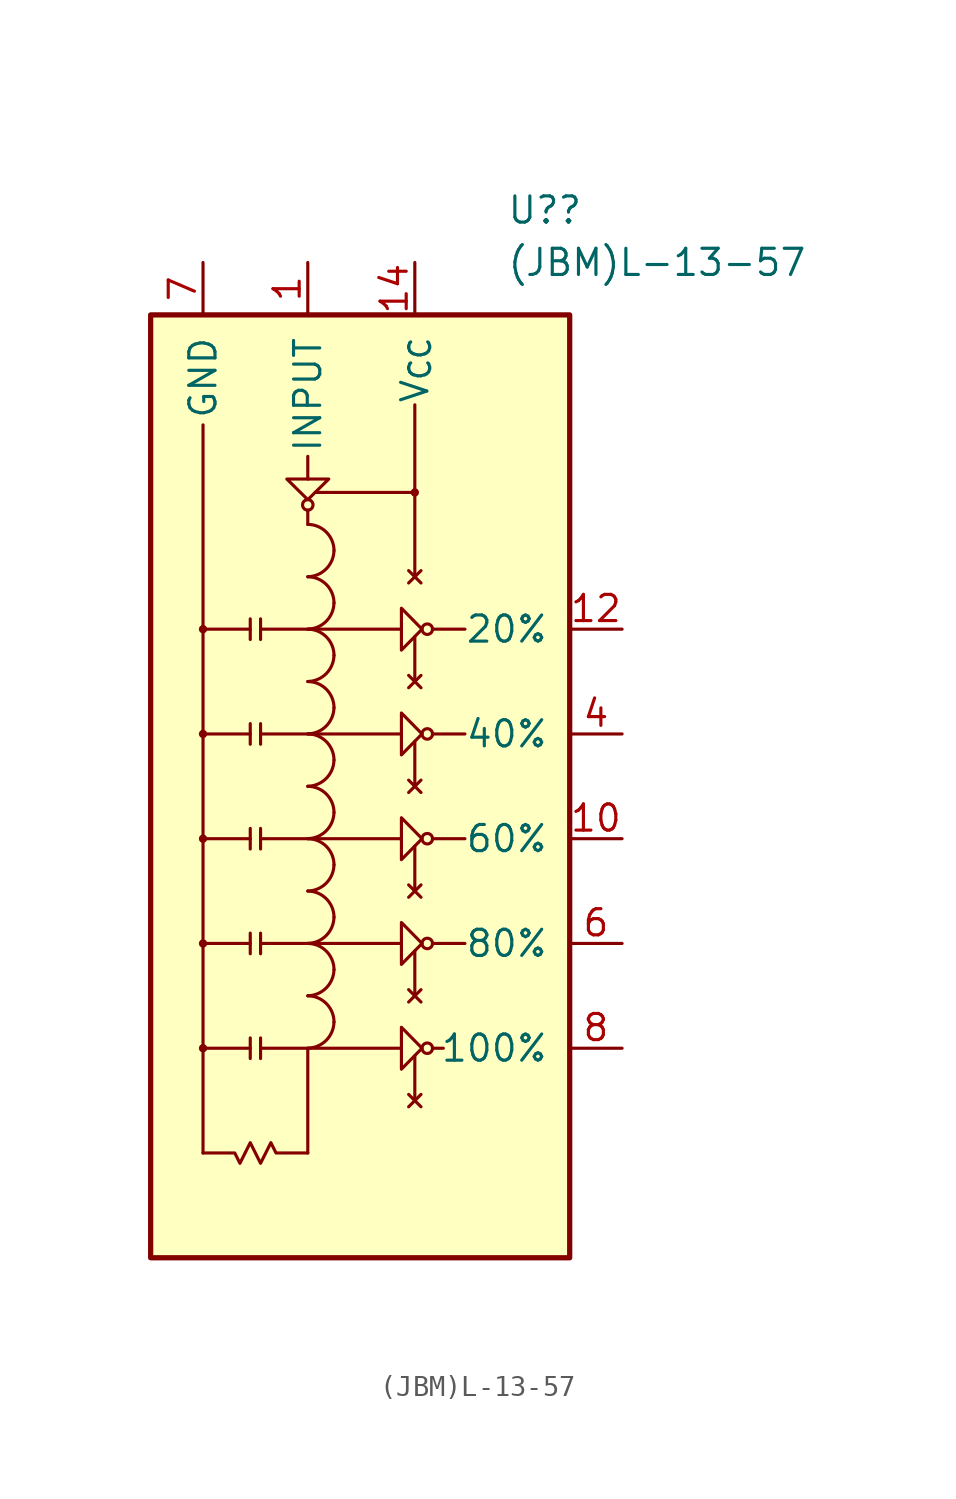
<source format=kicad_sym>
(kicad_symbol_lib
  (version 20211014)
  (generator kicad_symbol_editor)
  (symbol "(JBM)L-13-57"
    (pin_names
      (offset 1.016))
    (property "Reference" "U?"
      (at 7.099 27.94 0)
      (effects (font (size 1.27 1.27)) (justify left)))
    (property "Value" "(JBM)L-13-57"
      (at 7.099 25.4 0)
      (effects (font (size 1.27 1.27)) (justify left)))
    (symbol "(JBM)L-13-57_0_1"
      (rectangle (start -10.16 22.86) (end 10.16 -22.86) (stroke (width 0.254) (type default) (color 0 0 0 0)) (fill (type background)))
      (circle (center -7.62 -12.7) (radius 0.127) (stroke (width 0) (type default) (color 0 0 0 0)) (fill (type none)))
      (circle (center -7.62 -7.62) (radius 0.127) (stroke (width 0) (type default) (color 0 0 0 0)) (fill (type none)))
      (circle (center -7.62 -2.54) (radius 0.127) (stroke (width 0) (type default) (color 0 0 0 0)) (fill (type none)))
      (circle (center -7.62 2.54) (radius 0.127) (stroke (width 0) (type default) (color 0 0 0 0)) (fill (type none)))
      (circle (center -7.62 7.62) (radius 0.127) (stroke (width 0) (type default) (color 0 0 0 0)) (fill (type none)))
      (arc (start -2.54 -12.7) (mid -1.6561 -12.328) (end -1.27 -11.43) (stroke (width 0) (type default) (color 0 0 0 0)) (fill (type none)))
      (arc (start -2.54 -10.16) (mid -1.6561 -9.788) (end -1.27 -8.89) (stroke (width 0) (type default) (color 0 0 0 0)) (fill (type none)))
      (arc (start -2.54 -7.62) (mid -1.6561 -7.248) (end -1.27 -6.35) (stroke (width 0) (type default) (color 0 0 0 0)) (fill (type none)))
      (arc (start -2.54 -5.08) (mid -1.6561 -4.708) (end -1.27 -3.81) (stroke (width 0) (type default) (color 0 0 0 0)) (fill (type none)))
      (arc (start -2.54 -2.54) (mid -1.6561 -2.168) (end -1.27 -1.27) (stroke (width 0) (type default) (color 0 0 0 0)) (fill (type none)))
      (arc (start -2.54 0) (mid -1.6561 0.372) (end -1.27 1.27) (stroke (width 0) (type default) (color 0 0 0 0)) (fill (type none)))
      (arc (start -2.54 2.54) (mid -1.6561 2.912) (end -1.27 3.81) (stroke (width 0) (type default) (color 0 0 0 0)) (fill (type none)))
      (arc (start -2.54 5.08) (mid -1.6561 5.452) (end -1.27 6.35) (stroke (width 0) (type default) (color 0 0 0 0)) (fill (type none)))
      (arc (start -2.54 7.62) (mid -1.6561 7.992) (end -1.27 8.89) (stroke (width 0) (type default) (color 0 0 0 0)) (fill (type none)))
      (arc (start -2.54 10.16) (mid -1.6561 10.532) (end -1.27 11.43) (stroke (width 0) (type default) (color 0 0 0 0)) (fill (type none)))
      (circle (center -2.54 13.646) (radius 0.254) (stroke (width 0) (type default) (color 0 0 0 0)) (fill (type none)))
      (arc (start -1.27 -11.43) (mid -1.642 -10.532) (end -2.54 -10.16) (stroke (width 0) (type default) (color 0 0 0 0)) (fill (type none)))
      (arc (start -1.27 -8.89) (mid -1.642 -7.992) (end -2.54 -7.62) (stroke (width 0) (type default) (color 0 0 0 0)) (fill (type none)))
      (arc (start -1.27 -6.35) (mid -1.642 -5.452) (end -2.54 -5.08) (stroke (width 0) (type default) (color 0 0 0 0)) (fill (type none)))
      (arc (start -1.27 -3.81) (mid -1.642 -2.912) (end -2.54 -2.54) (stroke (width 0) (type default) (color 0 0 0 0)) (fill (type none)))
      (arc (start -1.27 -1.27) (mid -1.642 -0.372) (end -2.54 0) (stroke (width 0) (type default) (color 0 0 0 0)) (fill (type none)))
      (arc (start -1.27 1.27) (mid -1.642 2.168) (end -2.54 2.54) (stroke (width 0) (type default) (color 0 0 0 0)) (fill (type none)))
      (arc (start -1.27 3.81) (mid -1.642 4.708) (end -2.54 5.08) (stroke (width 0) (type default) (color 0 0 0 0)) (fill (type none)))
      (arc (start -1.27 6.35) (mid -1.642 7.248) (end -2.54 7.62) (stroke (width 0) (type default) (color 0 0 0 0)) (fill (type none)))
      (arc (start -1.27 8.89) (mid -1.642 9.788) (end -2.54 10.16) (stroke (width 0) (type default) (color 0 0 0 0)) (fill (type none)))
      (arc (start -1.27 11.43) (mid -1.642 12.328) (end -2.54 12.7) (stroke (width 0) (type default) (color 0 0 0 0)) (fill (type none)))
      (polyline (pts (xy -7.62 -12.7) (xy -5.33 -12.7)) (stroke (width 0) (type default) (color 0 0 0 0)) (fill (type none)))
      (polyline (pts (xy -7.62 -7.62) (xy -5.33 -7.62)) (stroke (width 0) (type default) (color 0 0 0 0)) (fill (type none)))
      (polyline (pts (xy -7.62 -2.54) (xy -5.33 -2.54)) (stroke (width 0) (type default) (color 0 0 0 0)) (fill (type none)))
      (polyline (pts (xy -7.62 2.54) (xy -5.33 2.54)) (stroke (width 0) (type default) (color 0 0 0 0)) (fill (type none)))
      (polyline (pts (xy -7.62 7.62) (xy -5.33 7.62)) (stroke (width 0) (type default) (color 0 0 0 0)) (fill (type none)))
      (polyline (pts (xy -7.62 17.526) (xy -7.62 -17.78)) (stroke (width 0) (type default) (color 0 0 0 0)) (fill (type none)))
      (polyline (pts (xy -5.33 -13.2) (xy -5.33 -12.2)) (stroke (width 0) (type default) (color 0 0 0 0)) (fill (type none)))
      (polyline (pts (xy -5.33 -8.12) (xy -5.33 -7.12)) (stroke (width 0) (type default) (color 0 0 0 0)) (fill (type none)))
      (polyline (pts (xy -5.33 -3.04) (xy -5.33 -2.04)) (stroke (width 0) (type default) (color 0 0 0 0)) (fill (type none)))
      (polyline (pts (xy -5.33 3.04) (xy -5.33 2.04)) (stroke (width 0) (type default) (color 0 0 0 0)) (fill (type none)))
      (polyline (pts (xy -5.33 8.12) (xy -5.33 7.12)) (stroke (width 0) (type default) (color 0 0 0 0)) (fill (type none)))
      (polyline (pts (xy -4.83 -13.2) (xy -4.83 -12.2)) (stroke (width 0) (type default) (color 0 0 0 0)) (fill (type none)))
      (polyline (pts (xy -4.83 -12.7) (xy 2 -12.7)) (stroke (width 0) (type default) (color 0 0 0 0)) (fill (type none)))
      (polyline (pts (xy -4.83 -8.12) (xy -4.83 -7.12)) (stroke (width 0) (type default) (color 0 0 0 0)) (fill (type none)))
      (polyline (pts (xy -4.83 -7.62) (xy 2 -7.62)) (stroke (width 0) (type default) (color 0 0 0 0)) (fill (type none)))
      (polyline (pts (xy -4.83 -3.04) (xy -4.83 -2.04)) (stroke (width 0) (type default) (color 0 0 0 0)) (fill (type none)))
      (polyline (pts (xy -4.83 -2.54) (xy 2 -2.54)) (stroke (width 0) (type default) (color 0 0 0 0)) (fill (type none)))
      (polyline (pts (xy -4.83 2.54) (xy 2 2.54)) (stroke (width 0) (type default) (color 0 0 0 0)) (fill (type none)))
      (polyline (pts (xy -4.83 3.04) (xy -4.83 2.04)) (stroke (width 0) (type default) (color 0 0 0 0)) (fill (type none)))
      (polyline (pts (xy -4.83 7.62) (xy 2 7.62)) (stroke (width 0) (type default) (color 0 0 0 0)) (fill (type none)))
      (polyline (pts (xy -4.83 8.12) (xy -4.83 7.12)) (stroke (width 0) (type default) (color 0 0 0 0)) (fill (type none)))
      (polyline (pts (xy -2.54 -12.7) (xy -2.54 -17.78)) (stroke (width 0) (type default) (color 0 0 0 0)) (fill (type none)))
      (polyline (pts (xy -2.54 13.392) (xy -2.54 12.7)) (stroke (width 0) (type default) (color 0 0 0 0)) (fill (type none)))
      (polyline (pts (xy -2.54 16) (xy -2.54 14.9)) (stroke (width 0) (type default) (color 0 0 0 0)) (fill (type none)))
      (polyline (pts (xy -2.184 14.25) (xy 2.65 14.25)) (stroke (width 0) (type default) (color 0 0 0 0)) (fill (type none)))
      (polyline (pts (xy 2.35 -14.94) (xy 2.95 -15.54)) (stroke (width 0) (type default) (color 0 0 0 0)) (fill (type none)))
      (polyline (pts (xy 2.35 -10.46) (xy 2.95 -9.86)) (stroke (width 0) (type default) (color 0 0 0 0)) (fill (type none)))
      (polyline (pts (xy 2.35 -5.38) (xy 2.95 -4.78)) (stroke (width 0) (type default) (color 0 0 0 0)) (fill (type none)))
      (polyline (pts (xy 2.35 0.3) (xy 2.95 -0.3)) (stroke (width 0) (type default) (color 0 0 0 0)) (fill (type none)))
      (polyline (pts (xy 2.35 5.38) (xy 2.95 4.78)) (stroke (width 0) (type default) (color 0 0 0 0)) (fill (type none)))
      (polyline (pts (xy 2.35 10.46) (xy 2.95 9.86)) (stroke (width 0) (type default) (color 0 0 0 0)) (fill (type none)))
      (polyline (pts (xy 2.65 -13.06) (xy 2.65 -15.24)) (stroke (width 0) (type default) (color 0 0 0 0)) (fill (type none)))
      (polyline (pts (xy 2.65 -7.98) (xy 2.65 -10.16)) (stroke (width 0) (type default) (color 0 0 0 0)) (fill (type none)))
      (polyline (pts (xy 2.65 -2.9) (xy 2.65 -5.08)) (stroke (width 0) (type default) (color 0 0 0 0)) (fill (type none)))
      (polyline (pts (xy 2.65 2.18) (xy 2.65 0)) (stroke (width 0) (type default) (color 0 0 0 0)) (fill (type none)))
      (polyline (pts (xy 2.65 7.26) (xy 2.65 5.08)) (stroke (width 0) (type default) (color 0 0 0 0)) (fill (type none)))
      (polyline (pts (xy 2.65 18.5) (xy 2.65 10.16)) (stroke (width 0) (type default) (color 0 0 0 0)) (fill (type none)))
      (polyline (pts (xy 2.95 -14.94) (xy 2.35 -15.54)) (stroke (width 0) (type default) (color 0 0 0 0)) (fill (type none)))
      (polyline (pts (xy 2.95 -10.46) (xy 2.35 -9.86)) (stroke (width 0) (type default) (color 0 0 0 0)) (fill (type none)))
      (polyline (pts (xy 2.95 -5.38) (xy 2.35 -4.78)) (stroke (width 0) (type default) (color 0 0 0 0)) (fill (type none)))
      (polyline (pts (xy 2.95 0.3) (xy 2.35 -0.3)) (stroke (width 0) (type default) (color 0 0 0 0)) (fill (type none)))
      (polyline (pts (xy 2.95 5.38) (xy 2.35 4.78)) (stroke (width 0) (type default) (color 0 0 0 0)) (fill (type none)))
      (polyline (pts (xy 2.95 10.46) (xy 2.35 9.86)) (stroke (width 0) (type default) (color 0 0 0 0)) (fill (type none)))
      (polyline (pts (xy 3.508 -12.7) (xy 4.032 -12.7)) (stroke (width 0) (type default) (color 0 0 0 0)) (fill (type none)))
      (polyline (pts (xy 3.508 -7.62) (xy 5.08 -7.62)) (stroke (width 0) (type default) (color 0 0 0 0)) (fill (type none)))
      (polyline (pts (xy 3.508 -2.54) (xy 5.08 -2.54)) (stroke (width 0) (type default) (color 0 0 0 0)) (fill (type none)))
      (polyline (pts (xy 3.508 2.54) (xy 5.08 2.54)) (stroke (width 0) (type default) (color 0 0 0 0)) (fill (type none)))
      (polyline (pts (xy 3.508 7.62) (xy 5.08 7.62)) (stroke (width 0) (type default) (color 0 0 0 0)) (fill (type none)))
      (polyline (pts (xy -2.54 13.9) (xy -3.556 14.9) (xy -1.524 14.9) (xy -2.54 13.9)) (stroke (width 0) (type default) (color 0 0 0 0)) (fill (type none)))
      (polyline (pts (xy 3 -12.7) (xy 2 -11.684) (xy 2 -13.716) (xy 3 -12.7)) (stroke (width 0) (type default) (color 0 0 0 0)) (fill (type none)))
      (polyline (pts (xy 3 -7.62) (xy 2 -6.604) (xy 2 -8.636) (xy 3 -7.62)) (stroke (width 0) (type default) (color 0 0 0 0)) (fill (type none)))
      (polyline (pts (xy 3 -2.54) (xy 2 -1.524) (xy 2 -3.556) (xy 3 -2.54)) (stroke (width 0) (type default) (color 0 0 0 0)) (fill (type none)))
      (polyline (pts (xy 3 2.54) (xy 2 1.524) (xy 2 3.556) (xy 3 2.54)) (stroke (width 0) (type default) (color 0 0 0 0)) (fill (type none)))
      (polyline (pts (xy 3 7.62) (xy 2 6.604) (xy 2 8.636) (xy 3 7.62)) (stroke (width 0) (type default) (color 0 0 0 0)) (fill (type none)))
      (polyline (pts (xy -7.62 -17.78) (xy -6.08 -17.78) (xy -5.83 -18.28) (xy -5.33 -17.28) (xy -4.83 -18.28) (xy -4.33 -17.28) (xy -4.08 -17.78) (xy -2.54 -17.78)) (stroke (width 0) (type default) (color 0 0 0 0)) (fill (type none)))
      (circle (center 2.65 14.25) (radius 0.127) (stroke (width 0) (type default) (color 0 0 0 0)) (fill (type none)))
      (circle (center 3.254 -12.7) (radius 0.254) (stroke (width 0) (type default) (color 0 0 0 0)) (fill (type none)))
      (circle (center 3.254 -7.62) (radius 0.254) (stroke (width 0) (type default) (color 0 0 0 0)) (fill (type none)))
      (circle (center 3.254 -2.54) (radius 0.254) (stroke (width 0) (type default) (color 0 0 0 0)) (fill (type none)))
      (circle (center 3.254 2.54) (radius 0.254) (stroke (width 0) (type default) (color 0 0 0 0)) (fill (type none)))
      (circle (center 3.254 7.62) (radius 0.254) (stroke (width 0) (type default) (color 0 0 0 0)) (fill (type none))))
    (symbol "(JBM)L-13-57_1_1"
      (pin input line (at -2.54 25.4 270) (length 2.54) (name "INPUT" (effects (font (size 1.27 1.27)))) (number "1" (effects (font (size 1.27 1.27)))))
      (pin output line (at 12.7 -2.54 180) (length 2.54) (name "60%" (effects (font (size 1.27 1.27)))) (number "10" (effects (font (size 1.27 1.27)))))
      (pin output line (at 12.7 7.62 180) (length 2.54) (name "20%" (effects (font (size 1.27 1.27)))) (number "12" (effects (font (size 1.27 1.27)))))
      (pin power_in line (at 2.65 25.4 270) (length 2.54) (name "V_{CC}" (effects (font (size 1.27 1.27)))) (number "14" (effects (font (size 1.27 1.27)))))
      (pin output line (at 12.7 2.54 180) (length 2.54) (name "40%" (effects (font (size 1.27 1.27)))) (number "4" (effects (font (size 1.27 1.27)))))
      (pin output line (at 12.7 -7.62 180) (length 2.54) (name "80%" (effects (font (size 1.27 1.27)))) (number "6" (effects (font (size 1.27 1.27)))))
      (pin power_in line (at -7.62 25.4 270) (length 2.54) (name "GND" (effects (font (size 1.27 1.27)))) (number "7" (effects (font (size 1.27 1.27)))))
      (pin output line (at 12.7 -12.7 180) (length 2.54) (name "100%" (effects (font (size 1.27 1.27)))) (number "8" (effects (font (size 1.27 1.27))))))))
</source>
